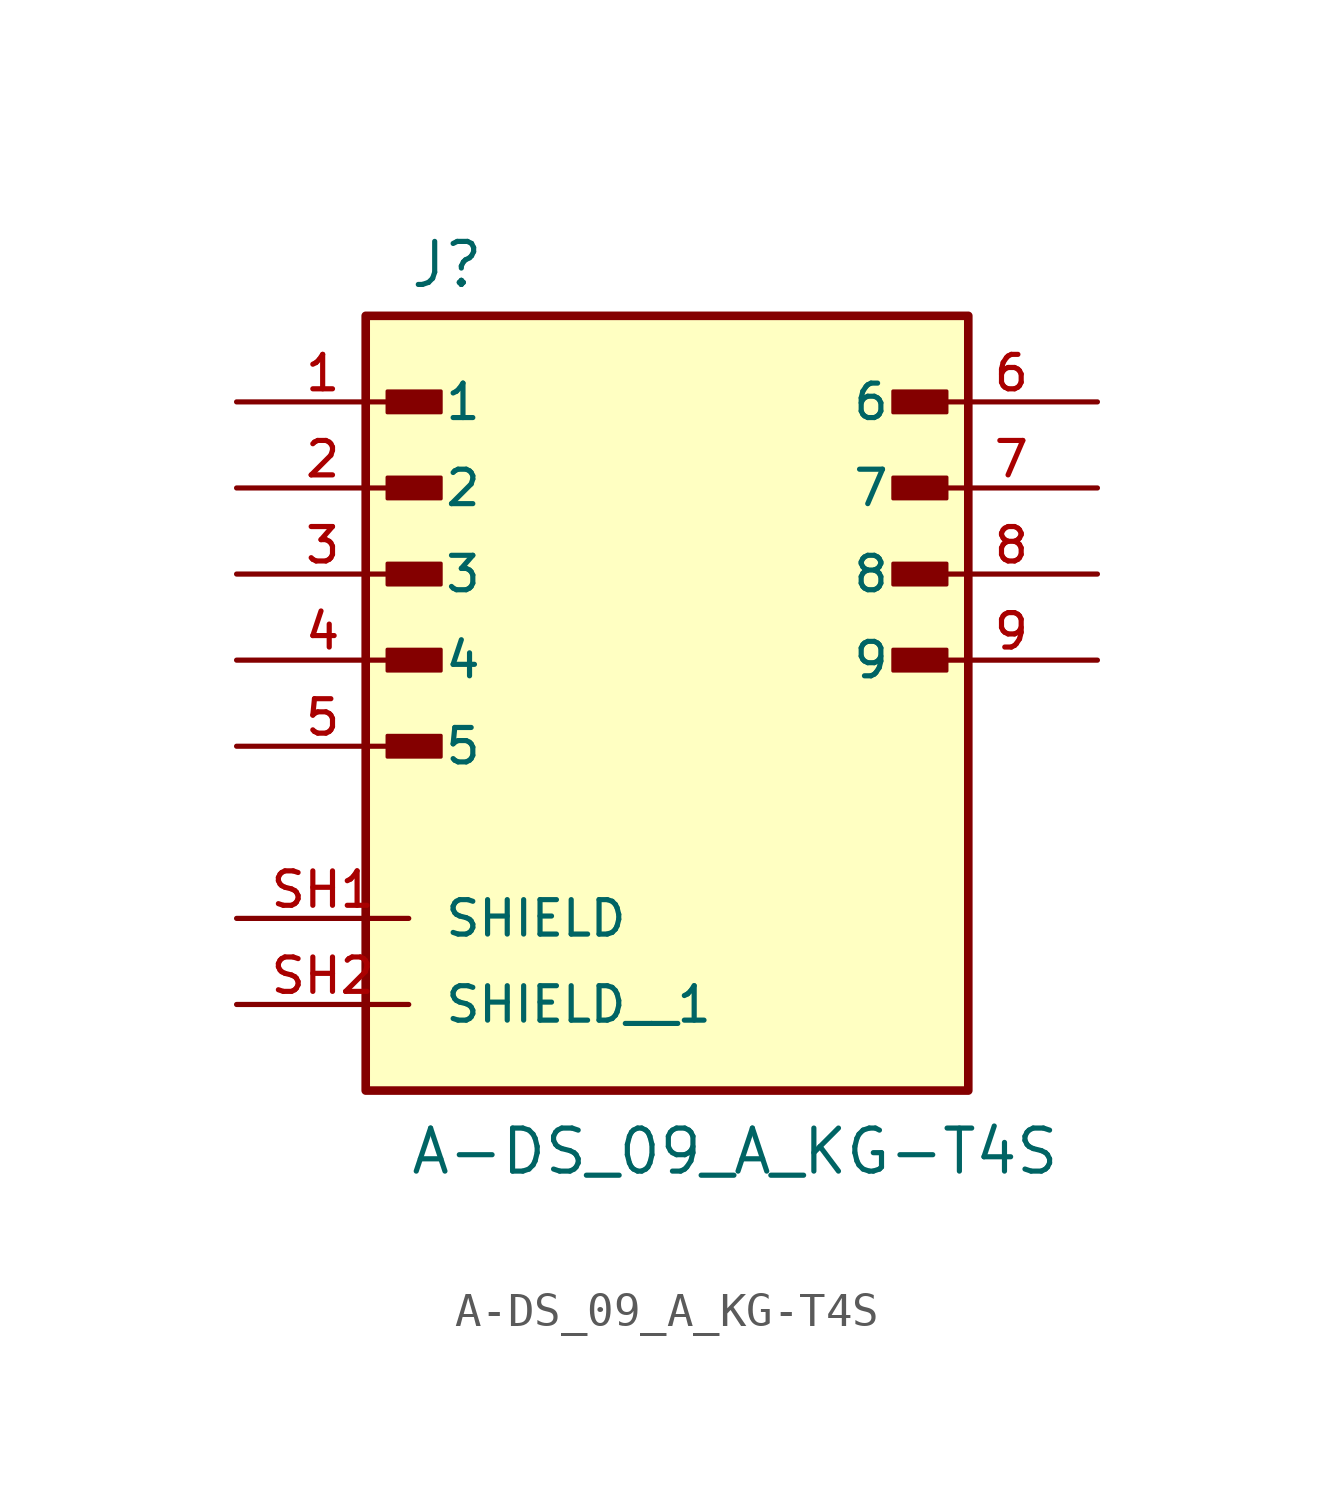
<source format=kicad_sym>
(kicad_symbol_lib
  (version 20211014)
  (generator kicad_symbol_editor)
  (symbol "A-DS_09_A_KG-T4S"
    (pin_names
      (offset 1.016))
    (property "Reference" "J"
      (at -7.62 10.922 0)
      (effects (font (size 1.27 1.27)) (justify bottom left)))
    (property "Value" "A-DS_09_A_KG-T4S"
      (at -7.62 -15.24 0)
      (effects (font (size 1.27 1.27)) (justify bottom left)))
    (symbol "A-DS_09_A_KG-T4S_0_0"
      (rectangle (start -8.255 7.303) (end -6.668 7.938) (stroke (width 0.1)) (fill (type outline)))
      (rectangle (start -8.255 4.763) (end -6.668 5.397) (stroke (width 0.1)) (fill (type outline)))
      (rectangle (start -8.255 2.223) (end -6.668 2.857) (stroke (width 0.1)) (fill (type outline)))
      (rectangle (start -8.255 -0.318) (end -6.668 0.318) (stroke (width 0.1)) (fill (type outline)))
      (rectangle (start -8.255 -2.857) (end -6.668 -2.223) (stroke (width 0.1)) (fill (type outline)))
      (rectangle (start 6.668 -0.318) (end 8.255 0.318) (stroke (width 0.1)) (fill (type outline)))
      (rectangle (start 6.668 2.223) (end 8.255 2.857) (stroke (width 0.1)) (fill (type outline)))
      (rectangle (start 6.668 4.763) (end 8.255 5.397) (stroke (width 0.1)) (fill (type outline)))
      (rectangle (start 6.668 7.303) (end 8.255 7.938) (stroke (width 0.1)) (fill (type outline)))
      (rectangle (start -8.89 -12.7) (end 8.89 10.16) (stroke (width 0.254)) (fill (type background)))
      (pin passive line (at -12.7 7.62 0) (length 5.08) (name "1" (effects (font (size 1.016 1.016)))) (number "1" (effects (font (size 1.016 1.016)))))
      (pin passive line (at -12.7 5.08 0) (length 5.08) (name "2" (effects (font (size 1.016 1.016)))) (number "2" (effects (font (size 1.016 1.016)))))
      (pin passive line (at -12.7 2.54 0) (length 5.08) (name "3" (effects (font (size 1.016 1.016)))) (number "3" (effects (font (size 1.016 1.016)))))
      (pin passive line (at -12.7 0.0 0) (length 5.08) (name "4" (effects (font (size 1.016 1.016)))) (number "4" (effects (font (size 1.016 1.016)))))
      (pin passive line (at -12.7 -2.54 0) (length 5.08) (name "5" (effects (font (size 1.016 1.016)))) (number "5" (effects (font (size 1.016 1.016)))))
      (pin passive line (at 12.7 7.62 180.0) (length 5.08) (name "6" (effects (font (size 1.016 1.016)))) (number "6" (effects (font (size 1.016 1.016)))))
      (pin passive line (at 12.7 5.08 180.0) (length 5.08) (name "7" (effects (font (size 1.016 1.016)))) (number "7" (effects (font (size 1.016 1.016)))))
      (pin passive line (at 12.7 2.54 180.0) (length 5.08) (name "8" (effects (font (size 1.016 1.016)))) (number "8" (effects (font (size 1.016 1.016)))))
      (pin passive line (at 12.7 0.0 180.0) (length 5.08) (name "9" (effects (font (size 1.016 1.016)))) (number "9" (effects (font (size 1.016 1.016)))))
      (pin passive line (at -12.7 -7.62 0) (length 5.08) (name "SHIELD" (effects (font (size 1.016 1.016)))) (number "SH1" (effects (font (size 1.016 1.016)))))
      (pin passive line (at -12.7 -10.16 0) (length 5.08) (name "SHIELD__1" (effects (font (size 1.016 1.016)))) (number "SH2" (effects (font (size 1.016 1.016))))))))
</source>
